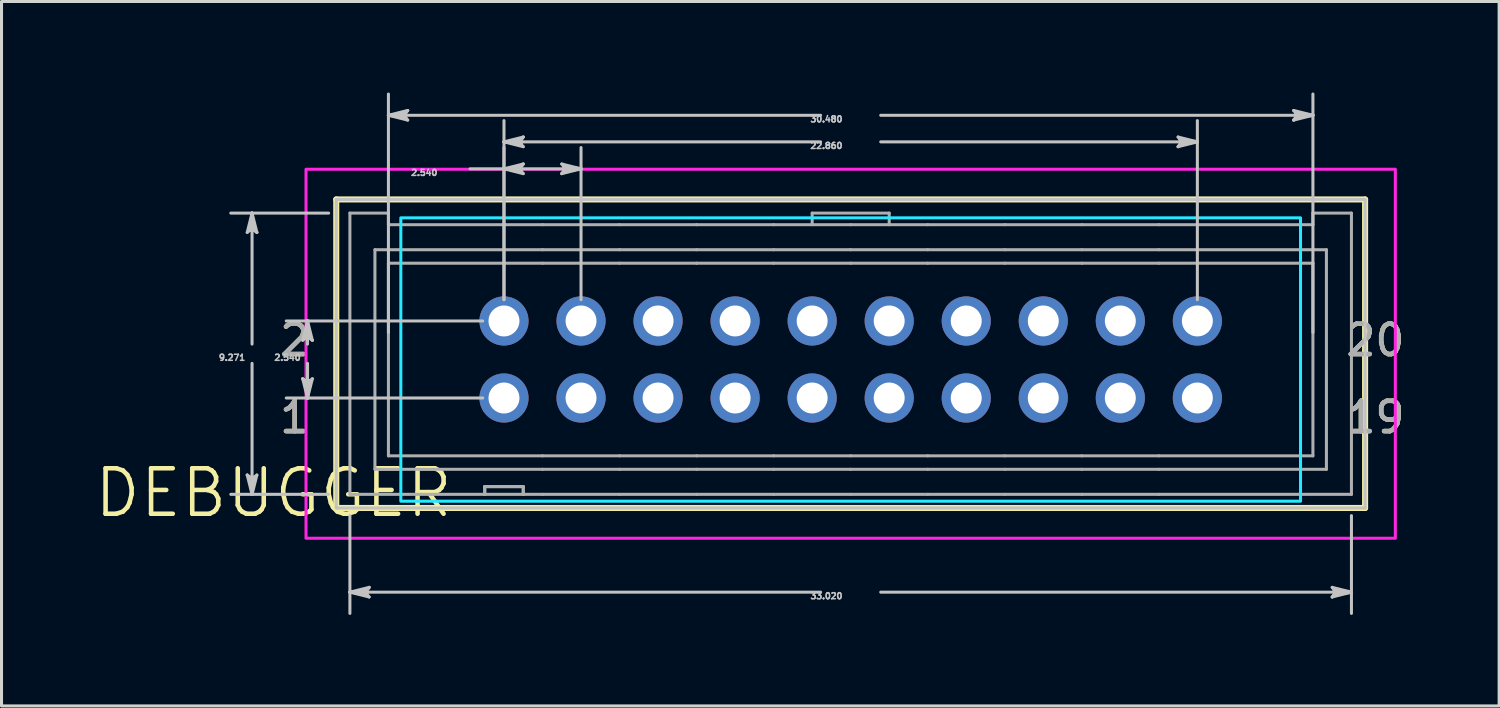
<source format=kicad_pcb>
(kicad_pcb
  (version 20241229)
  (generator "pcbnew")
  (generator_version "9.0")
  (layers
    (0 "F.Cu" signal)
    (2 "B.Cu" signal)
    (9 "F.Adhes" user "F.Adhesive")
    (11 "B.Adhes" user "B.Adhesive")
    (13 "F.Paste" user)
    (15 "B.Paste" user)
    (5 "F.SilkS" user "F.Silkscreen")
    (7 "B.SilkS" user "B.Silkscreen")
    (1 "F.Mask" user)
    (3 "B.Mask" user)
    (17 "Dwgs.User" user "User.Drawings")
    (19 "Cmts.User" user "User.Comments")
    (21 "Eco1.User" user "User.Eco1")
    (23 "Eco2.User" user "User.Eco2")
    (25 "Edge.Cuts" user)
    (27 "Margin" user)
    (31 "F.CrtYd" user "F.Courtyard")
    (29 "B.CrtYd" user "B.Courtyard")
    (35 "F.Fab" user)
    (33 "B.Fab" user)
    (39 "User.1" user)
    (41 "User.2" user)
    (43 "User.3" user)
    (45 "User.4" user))
  (footprint "DEBUGGER"
    (layer "F.Cu")
    (at 24.996 8.612)
    (property "Reference" "DEBUGGER" (at -19.029 4.59 0) (layer "F.SilkS") (effects (font (size 1.5 1.5) (thickness 0.15))))
    (attr through_hole)
    (fp_circle (center -11.43 -1.08) (end -10.569 -1.08) (stroke (width 0) (type solid)) (fill yes) (layer "F.Mask"))
    (fp_circle (center -11.43 1.46) (end -10.569 1.46) (stroke (width 0) (type solid)) (fill yes) (layer "F.Mask"))
    (fp_circle (center -8.89 -1.08) (end -8.029 -1.08) (stroke (width 0) (type solid)) (fill yes) (layer "F.Mask"))
    (fp_circle (center -8.89 1.46) (end -8.029 1.46) (stroke (width 0) (type solid)) (fill yes) (layer "F.Mask"))
    (fp_circle (center -6.35 -1.08) (end -5.489 -1.08) (stroke (width 0) (type solid)) (fill yes) (layer "F.Mask"))
    (fp_circle (center -6.35 1.46) (end -5.489 1.46) (stroke (width 0) (type solid)) (fill yes) (layer "F.Mask"))
    (fp_circle (center -3.81 -1.08) (end -2.949 -1.08) (stroke (width 0) (type solid)) (fill yes) (layer "F.Mask"))
    (fp_circle (center -3.81 1.46) (end -2.949 1.46) (stroke (width 0) (type solid)) (fill yes) (layer "F.Mask"))
    (fp_circle (center -1.27 -1.08) (end -0.409 -1.08) (stroke (width 0) (type solid)) (fill yes) (layer "F.Mask"))
    (fp_circle (center -1.27 1.46) (end -0.409 1.46) (stroke (width 0) (type solid)) (fill yes) (layer "F.Mask"))
    (fp_circle (center 1.27 -1.08) (end 2.131 -1.08) (stroke (width 0) (type solid)) (fill yes) (layer "F.Mask"))
    (fp_circle (center 1.27 1.46) (end 2.131 1.46) (stroke (width 0) (type solid)) (fill yes) (layer "F.Mask"))
    (fp_circle (center 3.81 -1.08) (end 4.671 -1.08) (stroke (width 0) (type solid)) (fill yes) (layer "F.Mask"))
    (fp_circle (center 3.81 1.46) (end 4.671 1.46) (stroke (width 0) (type solid)) (fill yes) (layer "F.Mask"))
    (fp_circle (center 6.35 -1.08) (end 7.211 -1.08) (stroke (width 0) (type solid)) (fill yes) (layer "F.Mask"))
    (fp_circle (center 6.35 1.46) (end 7.211 1.46) (stroke (width 0) (type solid)) (fill yes) (layer "F.Mask"))
    (fp_circle (center 8.89 -1.08) (end 9.751 -1.08) (stroke (width 0) (type solid)) (fill yes) (layer "F.Mask"))
    (fp_circle (center 8.89 1.46) (end 9.751 1.46) (stroke (width 0) (type solid)) (fill yes) (layer "F.Mask"))
    (fp_circle (center 11.43 -1.08) (end 12.291 -1.08) (stroke (width 0) (type solid)) (fill yes) (layer "F.Mask"))
    (fp_circle (center 11.43 1.46) (end 12.291 1.46) (stroke (width 0) (type solid)) (fill yes) (layer "F.Mask"))
    (fp_circle (center -11.43 -1.08) (end -10.569 -1.08) (stroke (width 0) (type solid)) (fill yes) (layer "B.Mask"))
    (fp_circle (center -11.43 1.46) (end -10.569 1.46) (stroke (width 0) (type solid)) (fill yes) (layer "B.Mask"))
    (fp_circle (center -8.89 -1.08) (end -8.029 -1.08) (stroke (width 0) (type solid)) (fill yes) (layer "B.Mask"))
    (fp_circle (center -8.89 1.46) (end -8.029 1.46) (stroke (width 0) (type solid)) (fill yes) (layer "B.Mask"))
    (fp_circle (center -6.35 -1.08) (end -5.489 -1.08) (stroke (width 0) (type solid)) (fill yes) (layer "B.Mask"))
    (fp_circle (center -6.35 1.46) (end -5.489 1.46) (stroke (width 0) (type solid)) (fill yes) (layer "B.Mask"))
    (fp_circle (center -3.81 -1.08) (end -2.949 -1.08) (stroke (width 0) (type solid)) (fill yes) (layer "B.Mask"))
    (fp_circle (center -3.81 1.46) (end -2.949 1.46) (stroke (width 0) (type solid)) (fill yes) (layer "B.Mask"))
    (fp_circle (center -1.27 -1.08) (end -0.409 -1.08) (stroke (width 0) (type solid)) (fill yes) (layer "B.Mask"))
    (fp_circle (center -1.27 1.46) (end -0.409 1.46) (stroke (width 0) (type solid)) (fill yes) (layer "B.Mask"))
    (fp_circle (center 1.27 -1.08) (end 2.131 -1.08) (stroke (width 0) (type solid)) (fill yes) (layer "B.Mask"))
    (fp_circle (center 1.27 1.46) (end 2.131 1.46) (stroke (width 0) (type solid)) (fill yes) (layer "B.Mask"))
    (fp_circle (center 3.81 -1.08) (end 4.671 -1.08) (stroke (width 0) (type solid)) (fill yes) (layer "B.Mask"))
    (fp_circle (center 3.81 1.46) (end 4.671 1.46) (stroke (width 0) (type solid)) (fill yes) (layer "B.Mask"))
    (fp_circle (center 6.35 -1.08) (end 7.211 -1.08) (stroke (width 0) (type solid)) (fill yes) (layer "B.Mask"))
    (fp_circle (center 6.35 1.46) (end 7.211 1.46) (stroke (width 0) (type solid)) (fill yes) (layer "B.Mask"))
    (fp_circle (center 8.89 -1.08) (end 9.751 -1.08) (stroke (width 0) (type solid)) (fill yes) (layer "B.Mask"))
    (fp_circle (center 8.89 1.46) (end 9.751 1.46) (stroke (width 0) (type solid)) (fill yes) (layer "B.Mask"))
    (fp_circle (center 11.43 -1.08) (end 12.291 -1.08) (stroke (width 0) (type solid)) (fill yes) (layer "B.Mask"))
    (fp_circle (center 11.43 1.46) (end 12.291 1.46) (stroke (width 0) (type solid)) (fill yes) (layer "B.Mask"))
    (fp_line (start -16.96 -5.086) (end -16.96 5.086) (stroke (width 0.2) (type solid)) (layer "F.SilkS"))
    (fp_line (start -16.96 5.086) (end 16.96 5.086) (stroke (width 0.2) (type solid)) (layer "F.SilkS"))
    (fp_line (start 16.96 -5.086) (end -16.96 -5.086) (stroke (width 0.2) (type solid)) (layer "F.SilkS"))
    (fp_line (start 16.96 5.086) (end 16.96 -5.086) (stroke (width 0.2) (type solid)) (layer "F.SilkS"))
    (fp_line (start -19.895 -4) (end -19.736 -4.128) (stroke (width 0.1) (type solid)) (layer "Dwgs.User"))
    (fp_line (start -19.895 4) (end -19.736 4.636) (stroke (width 0.1) (type solid)) (layer "Dwgs.User"))
    (fp_line (start -19.815 -4.064) (end -19.736 -4.128) (stroke (width 0.1) (type solid)) (layer "Dwgs.User"))
    (fp_line (start -19.815 4.064) (end -19.895 4) (stroke (width 0.1) (type solid)) (layer "Dwgs.User"))
    (fp_line (start -19.736 -4.636) (end -19.895 -4) (stroke (width 0.1) (type solid)) (layer "Dwgs.User"))
    (fp_line (start -19.736 -4.636) (end -19.815 -4.064) (stroke (width 0.1) (type solid)) (layer "Dwgs.User"))
    (fp_line (start -19.736 -4.636) (end -19.656 -4.064) (stroke (width 0.1) (type solid)) (layer "Dwgs.User"))
    (fp_line (start -19.736 -4.128) (end -19.736 -4.636) (stroke (width 0.1) (type solid)) (layer "Dwgs.User"))
    (fp_line (start -19.736 -4.128) (end -19.577 -4) (stroke (width 0.1) (type solid)) (layer "Dwgs.User"))
    (fp_line (start -19.736 -0.318) (end -19.736 -4.636) (stroke (width 0.1) (type solid)) (layer "Dwgs.User"))
    (fp_line (start -19.736 0.318) (end -19.736 4.636) (stroke (width 0.1) (type solid)) (layer "Dwgs.User"))
    (fp_line (start -19.736 4.128) (end -19.895 4) (stroke (width 0.1) (type solid)) (layer "Dwgs.User"))
    (fp_line (start -19.736 4.128) (end -19.736 4.636) (stroke (width 0.1) (type solid)) (layer "Dwgs.User"))
    (fp_line (start -19.736 4.636) (end -19.815 4.064) (stroke (width 0.1) (type solid)) (layer "Dwgs.User"))
    (fp_line (start -19.736 4.636) (end -19.656 4.064) (stroke (width 0.1) (type solid)) (layer "Dwgs.User"))
    (fp_line (start -19.736 4.636) (end -19.577 4) (stroke (width 0.1) (type solid)) (layer "Dwgs.User"))
    (fp_line (start -19.656 -4.064) (end -19.577 -4) (stroke (width 0.1) (type solid)) (layer "Dwgs.User"))
    (fp_line (start -19.656 4.064) (end -19.736 4.128) (stroke (width 0.1) (type solid)) (layer "Dwgs.User"))
    (fp_line (start -19.577 -4) (end -19.736 -4.636) (stroke (width 0.1) (type solid)) (layer "Dwgs.User"))
    (fp_line (start -19.577 4) (end -19.736 4.128) (stroke (width 0.1) (type solid)) (layer "Dwgs.User"))
    (fp_line (start -18.066 -0.444) (end -17.907 -0.572) (stroke (width 0.1) (type solid)) (layer "Dwgs.User"))
    (fp_line (start -18.066 0.826) (end -17.907 1.46) (stroke (width 0.1) (type solid)) (layer "Dwgs.User"))
    (fp_line (start -17.986 -0.508) (end -17.907 -0.572) (stroke (width 0.1) (type solid)) (layer "Dwgs.User"))
    (fp_line (start -17.986 0.889) (end -18.066 0.826) (stroke (width 0.1) (type solid)) (layer "Dwgs.User"))
    (fp_line (start -17.907 -1.08) (end -18.066 -0.444) (stroke (width 0.1) (type solid)) (layer "Dwgs.User"))
    (fp_line (start -17.907 -1.08) (end -17.986 -0.508) (stroke (width 0.1) (type solid)) (layer "Dwgs.User"))
    (fp_line (start -17.907 -1.08) (end -17.828 -0.508) (stroke (width 0.1) (type solid)) (layer "Dwgs.User"))
    (fp_line (start -17.907 -0.572) (end -17.907 -1.08) (stroke (width 0.1) (type solid)) (layer "Dwgs.User"))
    (fp_line (start -17.907 -0.572) (end -17.748 -0.444) (stroke (width 0.1) (type solid)) (layer "Dwgs.User"))
    (fp_line (start -17.907 -0.318) (end -17.907 -1.08) (stroke (width 0.1) (type solid)) (layer "Dwgs.User"))
    (fp_line (start -17.907 0.318) (end -17.907 1.46) (stroke (width 0.1) (type solid)) (layer "Dwgs.User"))
    (fp_line (start -17.907 0.952) (end -18.066 0.826) (stroke (width 0.1) (type solid)) (layer "Dwgs.User"))
    (fp_line (start -17.907 0.952) (end -17.907 1.46) (stroke (width 0.1) (type solid)) (layer "Dwgs.User"))
    (fp_line (start -17.907 1.46) (end -17.986 0.889) (stroke (width 0.1) (type solid)) (layer "Dwgs.User"))
    (fp_line (start -17.907 1.46) (end -17.828 0.889) (stroke (width 0.1) (type solid)) (layer "Dwgs.User"))
    (fp_line (start -17.907 1.46) (end -17.748 0.826) (stroke (width 0.1) (type solid)) (layer "Dwgs.User"))
    (fp_line (start -17.828 -0.508) (end -17.748 -0.444) (stroke (width 0.1) (type solid)) (layer "Dwgs.User"))
    (fp_line (start -17.828 0.889) (end -17.907 0.952) (stroke (width 0.1) (type solid)) (layer "Dwgs.User"))
    (fp_line (start -17.748 -0.444) (end -17.907 -1.08) (stroke (width 0.1) (type solid)) (layer "Dwgs.User"))
    (fp_line (start -17.748 0.826) (end -17.907 0.952) (stroke (width 0.1) (type solid)) (layer "Dwgs.User"))
    (fp_line (start -17.211 -4.636) (end -20.437 -4.636) (stroke (width 0.1) (type solid)) (layer "Dwgs.User"))
    (fp_line (start -17.211 4.636) (end -20.437 4.636) (stroke (width 0.1) (type solid)) (layer "Dwgs.User"))
    (fp_line (start -16.96 -5.086) (end -16.96 5.086) (stroke (width 0.1) (type solid)) (layer "Dwgs.User"))
    (fp_line (start -16.96 5.086) (end 16.96 5.086) (stroke (width 0.1) (type solid)) (layer "Dwgs.User"))
    (fp_line (start -16.51 5.337) (end -16.51 8.562) (stroke (width 0.1) (type solid)) (layer "Dwgs.User"))
    (fp_line (start -16.51 7.861) (end -15.938 7.782) (stroke (width 0.1) (type solid)) (layer "Dwgs.User"))
    (fp_line (start -16.51 7.861) (end -15.938 7.941) (stroke (width 0.1) (type solid)) (layer "Dwgs.User"))
    (fp_line (start -16.51 7.861) (end -15.875 8.02) (stroke (width 0.1) (type solid)) (layer "Dwgs.User"))
    (fp_line (start -16.002 7.861) (end -16.51 7.861) (stroke (width 0.1) (type solid)) (layer "Dwgs.User"))
    (fp_line (start -16.002 7.861) (end -15.875 7.703) (stroke (width 0.1) (type solid)) (layer "Dwgs.User"))
    (fp_line (start -15.938 7.782) (end -15.875 7.703) (stroke (width 0.1) (type solid)) (layer "Dwgs.User"))
    (fp_line (start -15.938 7.941) (end -16.002 7.861) (stroke (width 0.1) (type solid)) (layer "Dwgs.User"))
    (fp_line (start -15.875 7.703) (end -16.51 7.861) (stroke (width 0.1) (type solid)) (layer "Dwgs.User"))
    (fp_line (start -15.875 8.02) (end -16.002 7.861) (stroke (width 0.1) (type solid)) (layer "Dwgs.User"))
    (fp_line (start -15.24 -7.861) (end -14.668 -7.941) (stroke (width 0.1) (type solid)) (layer "Dwgs.User"))
    (fp_line (start -15.24 -7.861) (end -14.668 -7.782) (stroke (width 0.1) (type solid)) (layer "Dwgs.User"))
    (fp_line (start -15.24 -7.861) (end -14.605 -7.703) (stroke (width 0.1) (type solid)) (layer "Dwgs.User"))
    (fp_line (start -15.24 -0.701) (end -15.24 -8.562) (stroke (width 0.1) (type solid)) (layer "Dwgs.User"))
    (fp_line (start -14.732 -7.861) (end -15.24 -7.861) (stroke (width 0.1) (type solid)) (layer "Dwgs.User"))
    (fp_line (start -14.732 -7.861) (end -14.605 -8.02) (stroke (width 0.1) (type solid)) (layer "Dwgs.User"))
    (fp_line (start -14.668 -7.941) (end -14.605 -8.02) (stroke (width 0.1) (type solid)) (layer "Dwgs.User"))
    (fp_line (start -14.668 -7.782) (end -14.732 -7.861) (stroke (width 0.1) (type solid)) (layer "Dwgs.User"))
    (fp_line (start -14.605 -8.02) (end -15.24 -7.861) (stroke (width 0.1) (type solid)) (layer "Dwgs.User"))
    (fp_line (start -14.605 -7.703) (end -14.732 -7.861) (stroke (width 0.1) (type solid)) (layer "Dwgs.User"))
    (fp_line (start -12.548 -6.096) (end -11.43 -6.096) (stroke (width 0.1) (type solid)) (layer "Dwgs.User"))
    (fp_line (start -12.131 -1.08) (end -18.608 -1.08) (stroke (width 0.1) (type solid)) (layer "Dwgs.User"))
    (fp_line (start -12.131 1.46) (end -18.608 1.46) (stroke (width 0.1) (type solid)) (layer "Dwgs.User"))
    (fp_line (start -11.43 -6.985) (end -10.858 -7.064) (stroke (width 0.1) (type solid)) (layer "Dwgs.User"))
    (fp_line (start -11.43 -6.985) (end -10.858 -6.906) (stroke (width 0.1) (type solid)) (layer "Dwgs.User"))
    (fp_line (start -11.43 -6.985) (end -10.795 -6.826) (stroke (width 0.1) (type solid)) (layer "Dwgs.User"))
    (fp_line (start -11.43 -6.096) (end -10.858 -6.175) (stroke (width 0.1) (type solid)) (layer "Dwgs.User"))
    (fp_line (start -11.43 -6.096) (end -10.858 -6.017) (stroke (width 0.1) (type solid)) (layer "Dwgs.User"))
    (fp_line (start -11.43 -6.096) (end -10.795 -5.937) (stroke (width 0.1) (type solid)) (layer "Dwgs.User"))
    (fp_line (start -11.43 -6.096) (end -8.89 -6.096) (stroke (width 0.1) (type solid)) (layer "Dwgs.User"))
    (fp_line (start -11.43 -1.781) (end -11.43 -7.686) (stroke (width 0.1) (type solid)) (layer "Dwgs.User"))
    (fp_line (start -11.43 -1.781) (end -11.43 -6.797) (stroke (width 0.1) (type solid)) (layer "Dwgs.User"))
    (fp_line (start -10.922 -6.985) (end -11.43 -6.985) (stroke (width 0.1) (type solid)) (layer "Dwgs.User"))
    (fp_line (start -10.922 -6.985) (end -10.795 -7.144) (stroke (width 0.1) (type solid)) (layer "Dwgs.User"))
    (fp_line (start -10.922 -6.096) (end -11.43 -6.096) (stroke (width 0.1) (type solid)) (layer "Dwgs.User"))
    (fp_line (start -10.922 -6.096) (end -10.795 -6.255) (stroke (width 0.1) (type solid)) (layer "Dwgs.User"))
    (fp_line (start -10.858 -7.064) (end -10.795 -7.144) (stroke (width 0.1) (type solid)) (layer "Dwgs.User"))
    (fp_line (start -10.858 -6.906) (end -10.922 -6.985) (stroke (width 0.1) (type solid)) (layer "Dwgs.User"))
    (fp_line (start -10.858 -6.175) (end -10.795 -6.255) (stroke (width 0.1) (type solid)) (layer "Dwgs.User"))
    (fp_line (start -10.858 -6.017) (end -10.922 -6.096) (stroke (width 0.1) (type solid)) (layer "Dwgs.User"))
    (fp_line (start -10.795 -7.144) (end -11.43 -6.985) (stroke (width 0.1) (type solid)) (layer "Dwgs.User"))
    (fp_line (start -10.795 -6.826) (end -10.922 -6.985) (stroke (width 0.1) (type solid)) (layer "Dwgs.User"))
    (fp_line (start -10.795 -6.255) (end -11.43 -6.096) (stroke (width 0.1) (type solid)) (layer "Dwgs.User"))
    (fp_line (start -10.795 -5.937) (end -10.922 -6.096) (stroke (width 0.1) (type solid)) (layer "Dwgs.User"))
    (fp_line (start -9.525 -6.255) (end -9.398 -6.096) (stroke (width 0.1) (type solid)) (layer "Dwgs.User"))
    (fp_line (start -9.525 -5.937) (end -8.89 -6.096) (stroke (width 0.1) (type solid)) (layer "Dwgs.User"))
    (fp_line (start -9.462 -6.175) (end -9.398 -6.096) (stroke (width 0.1) (type solid)) (layer "Dwgs.User"))
    (fp_line (start -9.462 -6.017) (end -9.525 -5.937) (stroke (width 0.1) (type solid)) (layer "Dwgs.User"))
    (fp_line (start -9.398 -6.096) (end -9.525 -5.937) (stroke (width 0.1) (type solid)) (layer "Dwgs.User"))
    (fp_line (start -9.398 -6.096) (end -8.89 -6.096) (stroke (width 0.1) (type solid)) (layer "Dwgs.User"))
    (fp_line (start -8.89 -6.096) (end -9.525 -6.255) (stroke (width 0.1) (type solid)) (layer "Dwgs.User"))
    (fp_line (start -8.89 -6.096) (end -9.462 -6.175) (stroke (width 0.1) (type solid)) (layer "Dwgs.User"))
    (fp_line (start -8.89 -6.096) (end -9.462 -6.017) (stroke (width 0.1) (type solid)) (layer "Dwgs.User"))
    (fp_line (start -8.89 -1.781) (end -8.89 -6.797) (stroke (width 0.1) (type solid)) (layer "Dwgs.User"))
    (fp_line (start -0.991 -7.861) (end -15.24 -7.861) (stroke (width 0.1) (type solid)) (layer "Dwgs.User"))
    (fp_line (start -0.991 -6.985) (end -11.43 -6.985) (stroke (width 0.1) (type solid)) (layer "Dwgs.User"))
    (fp_line (start -0.991 7.861) (end -16.51 7.861) (stroke (width 0.1) (type solid)) (layer "Dwgs.User"))
    (fp_line (start 0.991 -7.861) (end 15.24 -7.861) (stroke (width 0.1) (type solid)) (layer "Dwgs.User"))
    (fp_line (start 0.991 -6.985) (end 11.43 -6.985) (stroke (width 0.1) (type solid)) (layer "Dwgs.User"))
    (fp_line (start 0.991 7.861) (end 16.51 7.861) (stroke (width 0.1) (type solid)) (layer "Dwgs.User"))
    (fp_line (start 10.795 -7.144) (end 10.922 -6.985) (stroke (width 0.1) (type solid)) (layer "Dwgs.User"))
    (fp_line (start 10.795 -6.826) (end 11.43 -6.985) (stroke (width 0.1) (type solid)) (layer "Dwgs.User"))
    (fp_line (start 10.858 -7.064) (end 10.922 -6.985) (stroke (width 0.1) (type solid)) (layer "Dwgs.User"))
    (fp_line (start 10.858 -6.906) (end 10.795 -6.826) (stroke (width 0.1) (type solid)) (layer "Dwgs.User"))
    (fp_line (start 10.922 -6.985) (end 10.795 -6.826) (stroke (width 0.1) (type solid)) (layer "Dwgs.User"))
    (fp_line (start 10.922 -6.985) (end 11.43 -6.985) (stroke (width 0.1) (type solid)) (layer "Dwgs.User"))
    (fp_line (start 11.43 -6.985) (end 10.795 -7.144) (stroke (width 0.1) (type solid)) (layer "Dwgs.User"))
    (fp_line (start 11.43 -6.985) (end 10.858 -7.064) (stroke (width 0.1) (type solid)) (layer "Dwgs.User"))
    (fp_line (start 11.43 -6.985) (end 10.858 -6.906) (stroke (width 0.1) (type solid)) (layer "Dwgs.User"))
    (fp_line (start 11.43 -1.781) (end 11.43 -7.686) (stroke (width 0.1) (type solid)) (layer "Dwgs.User"))
    (fp_line (start 14.605 -8.02) (end 14.732 -7.861) (stroke (width 0.1) (type solid)) (layer "Dwgs.User"))
    (fp_line (start 14.605 -7.703) (end 15.24 -7.861) (stroke (width 0.1) (type solid)) (layer "Dwgs.User"))
    (fp_line (start 14.668 -7.941) (end 14.732 -7.861) (stroke (width 0.1) (type solid)) (layer "Dwgs.User"))
    (fp_line (start 14.668 -7.782) (end 14.605 -7.703) (stroke (width 0.1) (type solid)) (layer "Dwgs.User"))
    (fp_line (start 14.732 -7.861) (end 14.605 -7.703) (stroke (width 0.1) (type solid)) (layer "Dwgs.User"))
    (fp_line (start 14.732 -7.861) (end 15.24 -7.861) (stroke (width 0.1) (type solid)) (layer "Dwgs.User"))
    (fp_line (start 15.24 -7.861) (end 14.605 -8.02) (stroke (width 0.1) (type solid)) (layer "Dwgs.User"))
    (fp_line (start 15.24 -7.861) (end 14.668 -7.941) (stroke (width 0.1) (type solid)) (layer "Dwgs.User"))
    (fp_line (start 15.24 -7.861) (end 14.668 -7.782) (stroke (width 0.1) (type solid)) (layer "Dwgs.User"))
    (fp_line (start 15.24 -0.701) (end 15.24 -8.562) (stroke (width 0.1) (type solid)) (layer "Dwgs.User"))
    (fp_line (start 15.875 7.703) (end 16.002 7.861) (stroke (width 0.1) (type solid)) (layer "Dwgs.User"))
    (fp_line (start 15.875 8.02) (end 16.51 7.861) (stroke (width 0.1) (type solid)) (layer "Dwgs.User"))
    (fp_line (start 15.938 7.782) (end 16.002 7.861) (stroke (width 0.1) (type solid)) (layer "Dwgs.User"))
    (fp_line (start 15.938 7.941) (end 15.875 8.02) (stroke (width 0.1) (type solid)) (layer "Dwgs.User"))
    (fp_line (start 16.002 7.861) (end 15.875 8.02) (stroke (width 0.1) (type solid)) (layer "Dwgs.User"))
    (fp_line (start 16.002 7.861) (end 16.51 7.861) (stroke (width 0.1) (type solid)) (layer "Dwgs.User"))
    (fp_line (start 16.51 5.337) (end 16.51 8.562) (stroke (width 0.1) (type solid)) (layer "Dwgs.User"))
    (fp_line (start 16.51 7.861) (end 15.875 7.703) (stroke (width 0.1) (type solid)) (layer "Dwgs.User"))
    (fp_line (start 16.51 7.861) (end 15.938 7.782) (stroke (width 0.1) (type solid)) (layer "Dwgs.User"))
    (fp_line (start 16.51 7.861) (end 15.938 7.941) (stroke (width 0.1) (type solid)) (layer "Dwgs.User"))
    (fp_line (start 16.96 -5.086) (end -16.96 -5.086) (stroke (width 0.1) (type solid)) (layer "Dwgs.User"))
    (fp_line (start 16.96 5.086) (end 16.96 -5.086) (stroke (width 0.1) (type solid)) (layer "Dwgs.User"))
    (fp_poly (pts (xy -14.831 4.862) (xy -14.831 -4.48) (xy 14.831 -4.48) (xy 14.831 4.862) (xy -14.831 4.862)) (stroke (width 0.1) (type solid)) (fill no) (layer "B.CrtYd"))
    (fp_poly (pts (xy 17.957 -6.083) (xy -17.957 -6.083) (xy -17.957 6.083) (xy 17.957 6.083) (xy 17.957 -6.083)) (stroke (width 0.1) (type solid)) (fill no) (layer "F.CrtYd"))
    (fp_line (start -16.51 -4.636) (end -16.51 4.636) (stroke (width 0.1) (type solid)) (layer "F.Fab"))
    (fp_line (start -15.685 -3.429) (end -15.685 3.81) (stroke (width 0.1) (type solid)) (layer "F.Fab"))
    (fp_line (start -15.685 3.81) (end -10.16 3.81) (stroke (width 0.1) (type solid)) (layer "F.Fab"))
    (fp_line (start -15.24 -4.636) (end -16.51 -4.636) (stroke (width 0.1) (type solid)) (layer "F.Fab"))
    (fp_line (start -15.24 -4.254) (end -15.24 -4.636) (stroke (width 0.1) (type solid)) (layer "F.Fab"))
    (fp_line (start -15.24 -2.984) (end -15.24 3.366) (stroke (width 0.1) (type solid)) (layer "F.Fab"))
    (fp_line (start -15.24 3.366) (end -10.16 3.366) (stroke (width 0.1) (type solid)) (layer "F.Fab"))
    (fp_line (start -12.065 4.382) (end -12.065 4.636) (stroke (width 0.1) (type solid)) (layer "F.Fab"))
    (fp_line (start -12.065 4.382) (end -12.065 4.636) (stroke (width 0.1) (type solid)) (layer "F.Fab"))
    (fp_line (start -12.065 4.636) (end -16.51 4.636) (stroke (width 0.1) (type solid)) (layer "F.Fab"))
    (fp_line (start -11.748 -1.397) (end -11.748 -0.762) (stroke (width 0.1) (type solid)) (layer "F.Fab"))
    (fp_line (start -11.748 1.143) (end -11.748 1.778) (stroke (width 0.1) (type solid)) (layer "F.Fab"))
    (fp_line (start -11.112 -1.397) (end -11.748 -1.397) (stroke (width 0.1) (type solid)) (layer "F.Fab"))
    (fp_line (start -11.112 -1.397) (end -11.112 -0.762) (stroke (width 0.1) (type solid)) (layer "F.Fab"))
    (fp_line (start -11.112 -0.762) (end -11.748 -0.762) (stroke (width 0.1) (type solid)) (layer "F.Fab"))
    (fp_line (start -11.112 1.143) (end -11.748 1.143) (stroke (width 0.1) (type solid)) (layer "F.Fab"))
    (fp_line (start -11.112 1.143) (end -11.112 1.778) (stroke (width 0.1) (type solid)) (layer "F.Fab"))
    (fp_line (start -11.112 1.778) (end -11.748 1.778) (stroke (width 0.1) (type solid)) (layer "F.Fab"))
    (fp_line (start -10.795 4.382) (end -12.065 4.382) (stroke (width 0.1) (type solid)) (layer "F.Fab"))
    (fp_line (start -10.795 4.382) (end -12.065 4.382) (stroke (width 0.1) (type solid)) (layer "F.Fab"))
    (fp_line (start -10.795 4.382) (end -10.795 4.636) (stroke (width 0.1) (type solid)) (layer "F.Fab"))
    (fp_line (start -10.795 4.382) (end -10.795 4.636) (stroke (width 0.1) (type solid)) (layer "F.Fab"))
    (fp_line (start -10.795 4.636) (end -12.065 4.636) (stroke (width 0.1) (type solid)) (layer "F.Fab"))
    (fp_line (start -10.16 -4.254) (end -15.24 -4.254) (stroke (width 0.1) (type solid)) (layer "F.Fab"))
    (fp_line (start -10.16 -3.429) (end -15.685 -3.429) (stroke (width 0.1) (type solid)) (layer "F.Fab"))
    (fp_line (start -10.16 -2.984) (end -15.24 -2.984) (stroke (width 0.1) (type solid)) (layer "F.Fab"))
    (fp_line (start -10.16 3.366) (end -7.62 3.366) (stroke (width 0.1) (type solid)) (layer "F.Fab"))
    (fp_line (start -10.16 3.81) (end -7.62 3.81) (stroke (width 0.1) (type solid)) (layer "F.Fab"))
    (fp_line (start -10.16 4.636) (end -10.795 4.636) (stroke (width 0.1) (type solid)) (layer "F.Fab"))
    (fp_line (start -9.208 -0.762) (end -9.208 -1.397) (stroke (width 0.1) (type solid)) (layer "F.Fab"))
    (fp_line (start -9.208 1.778) (end -9.208 1.143) (stroke (width 0.1) (type solid)) (layer "F.Fab"))
    (fp_line (start -8.572 -1.397) (end -9.208 -1.397) (stroke (width 0.1) (type solid)) (layer "F.Fab"))
    (fp_line (start -8.572 -1.397) (end -8.572 -0.762) (stroke (width 0.1) (type solid)) (layer "F.Fab"))
    (fp_line (start -8.572 -0.762) (end -9.208 -0.762) (stroke (width 0.1) (type solid)) (layer "F.Fab"))
    (fp_line (start -8.572 1.143) (end -9.208 1.143) (stroke (width 0.1) (type solid)) (layer "F.Fab"))
    (fp_line (start -8.572 1.143) (end -8.572 1.778) (stroke (width 0.1) (type solid)) (layer "F.Fab"))
    (fp_line (start -8.572 1.778) (end -9.208 1.778) (stroke (width 0.1) (type solid)) (layer "F.Fab"))
    (fp_line (start -7.62 -4.254) (end -10.16 -4.254) (stroke (width 0.1) (type solid)) (layer "F.Fab"))
    (fp_line (start -7.62 -3.429) (end -10.16 -3.429) (stroke (width 0.1) (type solid)) (layer "F.Fab"))
    (fp_line (start -7.62 -2.984) (end -10.16 -2.984) (stroke (width 0.1) (type solid)) (layer "F.Fab"))
    (fp_line (start -7.62 3.366) (end -5.08 3.366) (stroke (width 0.1) (type solid)) (layer "F.Fab"))
    (fp_line (start -7.62 3.81) (end -5.08 3.81) (stroke (width 0.1) (type solid)) (layer "F.Fab"))
    (fp_line (start -7.62 4.636) (end -10.16 4.636) (stroke (width 0.1) (type solid)) (layer "F.Fab"))
    (fp_line (start -6.668 -0.762) (end -6.668 -1.397) (stroke (width 0.1) (type solid)) (layer "F.Fab"))
    (fp_line (start -6.668 1.778) (end -6.668 1.143) (stroke (width 0.1) (type solid)) (layer "F.Fab"))
    (fp_line (start -6.032 -1.397) (end -6.668 -1.397) (stroke (width 0.1) (type solid)) (layer "F.Fab"))
    (fp_line (start -6.032 -1.397) (end -6.032 -0.762) (stroke (width 0.1) (type solid)) (layer "F.Fab"))
    (fp_line (start -6.032 -0.762) (end -6.668 -0.762) (stroke (width 0.1) (type solid)) (layer "F.Fab"))
    (fp_line (start -6.032 1.143) (end -6.668 1.143) (stroke (width 0.1) (type solid)) (layer "F.Fab"))
    (fp_line (start -6.032 1.143) (end -6.032 1.778) (stroke (width 0.1) (type solid)) (layer "F.Fab"))
    (fp_line (start -6.032 1.778) (end -6.668 1.778) (stroke (width 0.1) (type solid)) (layer "F.Fab"))
    (fp_line (start -5.08 -4.254) (end -7.62 -4.254) (stroke (width 0.1) (type solid)) (layer "F.Fab"))
    (fp_line (start -5.08 -3.429) (end -7.62 -3.429) (stroke (width 0.1) (type solid)) (layer "F.Fab"))
    (fp_line (start -5.08 -2.984) (end -7.62 -2.984) (stroke (width 0.1) (type solid)) (layer "F.Fab"))
    (fp_line (start -5.08 3.366) (end -2.54 3.366) (stroke (width 0.1) (type solid)) (layer "F.Fab"))
    (fp_line (start -5.08 3.81) (end -2.54 3.81) (stroke (width 0.1) (type solid)) (layer "F.Fab"))
    (fp_line (start -5.08 4.636) (end -7.62 4.636) (stroke (width 0.1) (type solid)) (layer "F.Fab"))
    (fp_line (start -4.128 -0.762) (end -4.128 -1.397) (stroke (width 0.1) (type solid)) (layer "F.Fab"))
    (fp_line (start -4.128 1.778) (end -4.128 1.143) (stroke (width 0.1) (type solid)) (layer "F.Fab"))
    (fp_line (start -3.492 -1.397) (end -4.128 -1.397) (stroke (width 0.1) (type solid)) (layer "F.Fab"))
    (fp_line (start -3.492 -1.397) (end -3.492 -0.762) (stroke (width 0.1) (type solid)) (layer "F.Fab"))
    (fp_line (start -3.492 -0.762) (end -4.128 -0.762) (stroke (width 0.1) (type solid)) (layer "F.Fab"))
    (fp_line (start -3.492 1.143) (end -4.128 1.143) (stroke (width 0.1) (type solid)) (layer "F.Fab"))
    (fp_line (start -3.492 1.143) (end -3.492 1.778) (stroke (width 0.1) (type solid)) (layer "F.Fab"))
    (fp_line (start -3.492 1.778) (end -4.128 1.778) (stroke (width 0.1) (type solid)) (layer "F.Fab"))
    (fp_line (start -2.54 -4.254) (end -5.08 -4.254) (stroke (width 0.1) (type solid)) (layer "F.Fab"))
    (fp_line (start -2.54 -3.429) (end -5.08 -3.429) (stroke (width 0.1) (type solid)) (layer "F.Fab"))
    (fp_line (start -2.54 -2.984) (end -5.08 -2.984) (stroke (width 0.1) (type solid)) (layer "F.Fab"))
    (fp_line (start -2.54 3.366) (end 0 3.366) (stroke (width 0.1) (type solid)) (layer "F.Fab"))
    (fp_line (start -2.54 3.81) (end 0 3.81) (stroke (width 0.1) (type solid)) (layer "F.Fab"))
    (fp_line (start -2.54 4.636) (end -5.08 4.636) (stroke (width 0.1) (type solid)) (layer "F.Fab"))
    (fp_line (start -1.588 -0.762) (end -1.588 -1.397) (stroke (width 0.1) (type solid)) (layer "F.Fab"))
    (fp_line (start -1.588 1.778) (end -1.588 1.143) (stroke (width 0.1) (type solid)) (layer "F.Fab"))
    (fp_line (start -1.27 -4.636) (end -1.27 -4.254) (stroke (width 0.1) (type solid)) (layer "F.Fab"))
    (fp_line (start -0.952 -1.397) (end -1.588 -1.397) (stroke (width 0.1) (type solid)) (layer "F.Fab"))
    (fp_line (start -0.952 -1.397) (end -0.952 -0.762) (stroke (width 0.1) (type solid)) (layer "F.Fab"))
    (fp_line (start -0.952 -0.762) (end -1.588 -0.762) (stroke (width 0.1) (type solid)) (layer "F.Fab"))
    (fp_line (start -0.952 1.143) (end -1.588 1.143) (stroke (width 0.1) (type solid)) (layer "F.Fab"))
    (fp_line (start -0.952 1.143) (end -0.952 1.778) (stroke (width 0.1) (type solid)) (layer "F.Fab"))
    (fp_line (start -0.952 1.778) (end -1.588 1.778) (stroke (width 0.1) (type solid)) (layer "F.Fab"))
    (fp_line (start 0 -4.254) (end -2.54 -4.254) (stroke (width 0.1) (type solid)) (layer "F.Fab"))
    (fp_line (start 0 -3.429) (end -2.54 -3.429) (stroke (width 0.1) (type solid)) (layer "F.Fab"))
    (fp_line (start 0 -2.984) (end -2.54 -2.984) (stroke (width 0.1) (type solid)) (layer "F.Fab"))
    (fp_line (start 0 3.366) (end 2.54 3.366) (stroke (width 0.1) (type solid)) (layer "F.Fab"))
    (fp_line (start 0 3.81) (end 2.54 3.81) (stroke (width 0.1) (type solid)) (layer "F.Fab"))
    (fp_line (start 0 4.636) (end -2.54 4.636) (stroke (width 0.1) (type solid)) (layer "F.Fab"))
    (fp_line (start 0.952 -0.762) (end 0.952 -1.397) (stroke (width 0.1) (type solid)) (layer "F.Fab"))
    (fp_line (start 0.952 1.778) (end 0.952 1.143) (stroke (width 0.1) (type solid)) (layer "F.Fab"))
    (fp_line (start 1.27 -4.636) (end -1.27 -4.636) (stroke (width 0.1) (type solid)) (layer "F.Fab"))
    (fp_line (start 1.27 -4.254) (end 1.27 -4.636) (stroke (width 0.1) (type solid)) (layer "F.Fab"))
    (fp_line (start 1.588 -1.397) (end 0.952 -1.397) (stroke (width 0.1) (type solid)) (layer "F.Fab"))
    (fp_line (start 1.588 -1.397) (end 1.588 -0.762) (stroke (width 0.1) (type solid)) (layer "F.Fab"))
    (fp_line (start 1.588 -0.762) (end 0.952 -0.762) (stroke (width 0.1) (type solid)) (layer "F.Fab"))
    (fp_line (start 1.588 1.143) (end 0.952 1.143) (stroke (width 0.1) (type solid)) (layer "F.Fab"))
    (fp_line (start 1.588 1.143) (end 1.588 1.778) (stroke (width 0.1) (type solid)) (layer "F.Fab"))
    (fp_line (start 1.588 1.778) (end 0.952 1.778) (stroke (width 0.1) (type solid)) (layer "F.Fab"))
    (fp_line (start 2.54 -4.254) (end 0 -4.254) (stroke (width 0.1) (type solid)) (layer "F.Fab"))
    (fp_line (start 2.54 -3.429) (end 0 -3.429) (stroke (width 0.1) (type solid)) (layer "F.Fab"))
    (fp_line (start 2.54 -2.984) (end 0 -2.984) (stroke (width 0.1) (type solid)) (layer "F.Fab"))
    (fp_line (start 2.54 3.366) (end 5.08 3.366) (stroke (width 0.1) (type solid)) (layer "F.Fab"))
    (fp_line (start 2.54 3.81) (end 5.08 3.81) (stroke (width 0.1) (type solid)) (layer "F.Fab"))
    (fp_line (start 2.54 4.636) (end 0 4.636) (stroke (width 0.1) (type solid)) (layer "F.Fab"))
    (fp_line (start 3.492 -0.762) (end 3.492 -1.397) (stroke (width 0.1) (type solid)) (layer "F.Fab"))
    (fp_line (start 3.492 1.778) (end 3.492 1.143) (stroke (width 0.1) (type solid)) (layer "F.Fab"))
    (fp_line (start 4.128 -1.397) (end 3.492 -1.397) (stroke (width 0.1) (type solid)) (layer "F.Fab"))
    (fp_line (start 4.128 -1.397) (end 4.128 -0.762) (stroke (width 0.1) (type solid)) (layer "F.Fab"))
    (fp_line (start 4.128 -0.762) (end 3.492 -0.762) (stroke (width 0.1) (type solid)) (layer "F.Fab"))
    (fp_line (start 4.128 1.143) (end 3.492 1.143) (stroke (width 0.1) (type solid)) (layer "F.Fab"))
    (fp_line (start 4.128 1.143) (end 4.128 1.778) (stroke (width 0.1) (type solid)) (layer "F.Fab"))
    (fp_line (start 4.128 1.778) (end 3.492 1.778) (stroke (width 0.1) (type solid)) (layer "F.Fab"))
    (fp_line (start 5.08 -4.254) (end 2.54 -4.254) (stroke (width 0.1) (type solid)) (layer "F.Fab"))
    (fp_line (start 5.08 -3.429) (end 2.54 -3.429) (stroke (width 0.1) (type solid)) (layer "F.Fab"))
    (fp_line (start 5.08 -2.984) (end 2.54 -2.984) (stroke (width 0.1) (type solid)) (layer "F.Fab"))
    (fp_line (start 5.08 3.366) (end 7.62 3.366) (stroke (width 0.1) (type solid)) (layer "F.Fab"))
    (fp_line (start 5.08 3.81) (end 7.62 3.81) (stroke (width 0.1) (type solid)) (layer "F.Fab"))
    (fp_line (start 5.08 4.636) (end 2.54 4.636) (stroke (width 0.1) (type solid)) (layer "F.Fab"))
    (fp_line (start 6.032 -0.762) (end 6.032 -1.397) (stroke (width 0.1) (type solid)) (layer "F.Fab"))
    (fp_line (start 6.032 1.778) (end 6.032 1.143) (stroke (width 0.1) (type solid)) (layer "F.Fab"))
    (fp_line (start 6.668 -1.397) (end 6.032 -1.397) (stroke (width 0.1) (type solid)) (layer "F.Fab"))
    (fp_line (start 6.668 -1.397) (end 6.668 -0.762) (stroke (width 0.1) (type solid)) (layer "F.Fab"))
    (fp_line (start 6.668 -0.762) (end 6.032 -0.762) (stroke (width 0.1) (type solid)) (layer "F.Fab"))
    (fp_line (start 6.668 1.143) (end 6.032 1.143) (stroke (width 0.1) (type solid)) (layer "F.Fab"))
    (fp_line (start 6.668 1.143) (end 6.668 1.778) (stroke (width 0.1) (type solid)) (layer "F.Fab"))
    (fp_line (start 6.668 1.778) (end 6.032 1.778) (stroke (width 0.1) (type solid)) (layer "F.Fab"))
    (fp_line (start 7.62 -4.254) (end 5.08 -4.254) (stroke (width 0.1) (type solid)) (layer "F.Fab"))
    (fp_line (start 7.62 -3.429) (end 5.08 -3.429) (stroke (width 0.1) (type solid)) (layer "F.Fab"))
    (fp_line (start 7.62 -2.984) (end 5.08 -2.984) (stroke (width 0.1) (type solid)) (layer "F.Fab"))
    (fp_line (start 7.62 3.366) (end 10.16 3.366) (stroke (width 0.1) (type solid)) (layer "F.Fab"))
    (fp_line (start 7.62 3.81) (end 10.16 3.81) (stroke (width 0.1) (type solid)) (layer "F.Fab"))
    (fp_line (start 7.62 4.636) (end 5.08 4.636) (stroke (width 0.1) (type solid)) (layer "F.Fab"))
    (fp_line (start 8.572 -0.762) (end 8.572 -1.397) (stroke (width 0.1) (type solid)) (layer "F.Fab"))
    (fp_line (start 8.572 1.778) (end 8.572 1.143) (stroke (width 0.1) (type solid)) (layer "F.Fab"))
    (fp_line (start 9.208 -1.397) (end 8.572 -1.397) (stroke (width 0.1) (type solid)) (layer "F.Fab"))
    (fp_line (start 9.208 -1.397) (end 9.208 -0.762) (stroke (width 0.1) (type solid)) (layer "F.Fab"))
    (fp_line (start 9.208 -0.762) (end 8.572 -0.762) (stroke (width 0.1) (type solid)) (layer "F.Fab"))
    (fp_line (start 9.208 1.143) (end 8.572 1.143) (stroke (width 0.1) (type solid)) (layer "F.Fab"))
    (fp_line (start 9.208 1.143) (end 9.208 1.778) (stroke (width 0.1) (type solid)) (layer "F.Fab"))
    (fp_line (start 9.208 1.778) (end 8.572 1.778) (stroke (width 0.1) (type solid)) (layer "F.Fab"))
    (fp_line (start 10.16 -4.254) (end 7.62 -4.254) (stroke (width 0.1) (type solid)) (layer "F.Fab"))
    (fp_line (start 10.16 -3.429) (end 7.62 -3.429) (stroke (width 0.1) (type solid)) (layer "F.Fab"))
    (fp_line (start 10.16 -2.984) (end 7.62 -2.984) (stroke (width 0.1) (type solid)) (layer "F.Fab"))
    (fp_line (start 10.16 3.366) (end 15.24 3.366) (stroke (width 0.1) (type solid)) (layer "F.Fab"))
    (fp_line (start 10.16 3.81) (end 15.685 3.81) (stroke (width 0.1) (type solid)) (layer "F.Fab"))
    (fp_line (start 10.16 4.636) (end 7.62 4.636) (stroke (width 0.1) (type solid)) (layer "F.Fab"))
    (fp_line (start 11.112 -0.762) (end 11.112 -1.397) (stroke (width 0.1) (type solid)) (layer "F.Fab"))
    (fp_line (start 11.112 -0.762) (end 11.748 -0.762) (stroke (width 0.1) (type solid)) (layer "F.Fab"))
    (fp_line (start 11.112 1.778) (end 11.112 1.143) (stroke (width 0.1) (type solid)) (layer "F.Fab"))
    (fp_line (start 11.748 -1.397) (end 11.112 -1.397) (stroke (width 0.1) (type solid)) (layer "F.Fab"))
    (fp_line (start 11.748 -1.397) (end 11.748 -0.762) (stroke (width 0.1) (type solid)) (layer "F.Fab"))
    (fp_line (start 11.748 -0.762) (end 11.112 -0.762) (stroke (width 0.1) (type solid)) (layer "F.Fab"))
    (fp_line (start 11.748 1.143) (end 11.112 1.143) (stroke (width 0.1) (type solid)) (layer "F.Fab"))
    (fp_line (start 11.748 1.143) (end 11.748 1.778) (stroke (width 0.1) (type solid)) (layer "F.Fab"))
    (fp_line (start 11.748 1.778) (end 11.112 1.778) (stroke (width 0.1) (type solid)) (layer "F.Fab"))
    (fp_line (start 15.24 -4.636) (end 15.24 -4.254) (stroke (width 0.1) (type solid)) (layer "F.Fab"))
    (fp_line (start 15.24 -4.254) (end 10.16 -4.254) (stroke (width 0.1) (type solid)) (layer "F.Fab"))
    (fp_line (start 15.24 -2.984) (end 10.16 -2.984) (stroke (width 0.1) (type solid)) (layer "F.Fab"))
    (fp_line (start 15.24 3.366) (end 15.24 -2.984) (stroke (width 0.1) (type solid)) (layer "F.Fab"))
    (fp_line (start 15.685 -3.429) (end 10.16 -3.429) (stroke (width 0.1) (type solid)) (layer "F.Fab"))
    (fp_line (start 15.685 3.81) (end 15.685 -3.429) (stroke (width 0.1) (type solid)) (layer "F.Fab"))
    (fp_line (start 16.51 -4.636) (end 15.24 -4.636) (stroke (width 0.1) (type solid)) (layer "F.Fab"))
    (fp_line (start 16.51 -4.636) (end 16.51 4.636) (stroke (width 0.1) (type solid)) (layer "F.Fab"))
    (fp_line (start 16.51 4.636) (end 10.16 4.636) (stroke (width 0.1) (type solid)) (layer "F.Fab"))
    (fp_text user "20" (at 17.301 -0.444 0) (layer "F.SilkS") (effects (font (size 1 1) (thickness 0.15))))
    (fp_text user "19" (at 17.301 2.096 0) (layer "F.SilkS") (effects (font (size 1 1) (thickness 0.15))))
    (fp_text user "1" (at -18.33 2.096 0) (layer "F.SilkS") (effects (font (size 1 1) (thickness 0.15))))
    (fp_text user "2" (at -18.33 -0.444 0) (layer "F.SilkS") (effects (font (size 1 1) (thickness 0.15))))
    (fp_text user "33.020" (at -0.8 7.988 0) (layer "Dwgs.User") (effects (font (size 0.2 0.2) (thickness 0.15))))
    (fp_text user "30.480" (at -0.8 -7.734 0) (layer "Dwgs.User") (effects (font (size 0.2 0.2) (thickness 0.15))))
    (fp_text user "22.860" (at -0.8 -6.858 0) (layer "Dwgs.User") (effects (font (size 0.2 0.2) (thickness 0.15))))
    (fp_text user "2.540" (at -14.059 -5.969 0) (layer "Dwgs.User") (effects (font (size 0.2 0.2) (thickness 0.15))))
    (fp_text user "9.271" (at -20.396 0.127 0) (layer "Dwgs.User") (effects (font (size 0.2 0.2) (thickness 0.15))))
    (fp_text user "2.540" (at -18.567 0.127 0) (layer "Dwgs.User") (effects (font (size 0.2 0.2) (thickness 0.15))))
    (fp_text user "19" (at 17.301 2.096 0) (layer "F.Fab") (effects (font (size 1 1) (thickness 0.15))))
    (fp_text user "1" (at -18.33 2.096 0) (layer "F.Fab") (effects (font (size 1 1) (thickness 0.15))))
    (fp_text user "20" (at 17.301 -0.444 0) (layer "F.Fab") (effects (font (size 1 1) (thickness 0.15))))
    (fp_text user "2" (at -18.33 -0.444 0) (layer "F.Fab") (effects (font (size 1 1) (thickness 0.15))))
    (pad "1" thru_hole circle (at -11.43 1.46) (size 1.62 1.62) (drill 1.02) (layers "*.Cu"))
    (pad "2" thru_hole circle (at -11.43 -1.08) (size 1.62 1.62) (drill 1.02) (layers "*.Cu"))
    (pad "3" thru_hole circle (at -8.89 1.46) (size 1.62 1.62) (drill 1.02) (layers "*.Cu"))
    (pad "4" thru_hole circle (at -8.89 -1.08) (size 1.62 1.62) (drill 1.02) (layers "*.Cu"))
    (pad "5" thru_hole circle (at -6.35 1.46) (size 1.62 1.62) (drill 1.02) (layers "*.Cu"))
    (pad "6" thru_hole circle (at -6.35 -1.08) (size 1.62 1.62) (drill 1.02) (layers "*.Cu"))
    (pad "7" thru_hole circle (at -3.81 1.46) (size 1.62 1.62) (drill 1.02) (layers "*.Cu"))
    (pad "8" thru_hole circle (at -3.81 -1.08) (size 1.62 1.62) (drill 1.02) (layers "*.Cu"))
    (pad "9" thru_hole circle (at -1.27 1.46) (size 1.62 1.62) (drill 1.02) (layers "*.Cu"))
    (pad "10" thru_hole circle (at -1.27 -1.08) (size 1.62 1.62) (drill 1.02) (layers "*.Cu"))
    (pad "11" thru_hole circle (at 1.27 1.46) (size 1.62 1.62) (drill 1.02) (layers "*.Cu"))
    (pad "12" thru_hole circle (at 1.27 -1.08) (size 1.62 1.62) (drill 1.02) (layers "*.Cu"))
    (pad "13" thru_hole circle (at 3.81 1.46) (size 1.62 1.62) (drill 1.02) (layers "*.Cu"))
    (pad "14" thru_hole circle (at 3.81 -1.08) (size 1.62 1.62) (drill 1.02) (layers "*.Cu"))
    (pad "15" thru_hole circle (at 6.35 1.46) (size 1.62 1.62) (drill 1.02) (layers "*.Cu"))
    (pad "16" thru_hole circle (at 6.35 -1.08) (size 1.62 1.62) (drill 1.02) (layers "*.Cu"))
    (pad "17" thru_hole circle (at 8.89 1.46) (size 1.62 1.62) (drill 1.02) (layers "*.Cu"))
    (pad "18" thru_hole circle (at 8.89 -1.08) (size 1.62 1.62) (drill 1.02) (layers "*.Cu"))
    (pad "19" thru_hole circle (at 11.43 1.46) (size 1.62 1.62) (drill 1.02) (layers "*.Cu"))
    (pad "20" thru_hole circle (at 11.43 -1.08) (size 1.62 1.62) (drill 1.02) (layers "*.Cu")))
  (gr_rect
    (start -3 -3)
    (end 46.375 20.224)
    (stroke (width 0.1) (type default))
    (fill no)
    (layer "Edge.Cuts")))
</source>
